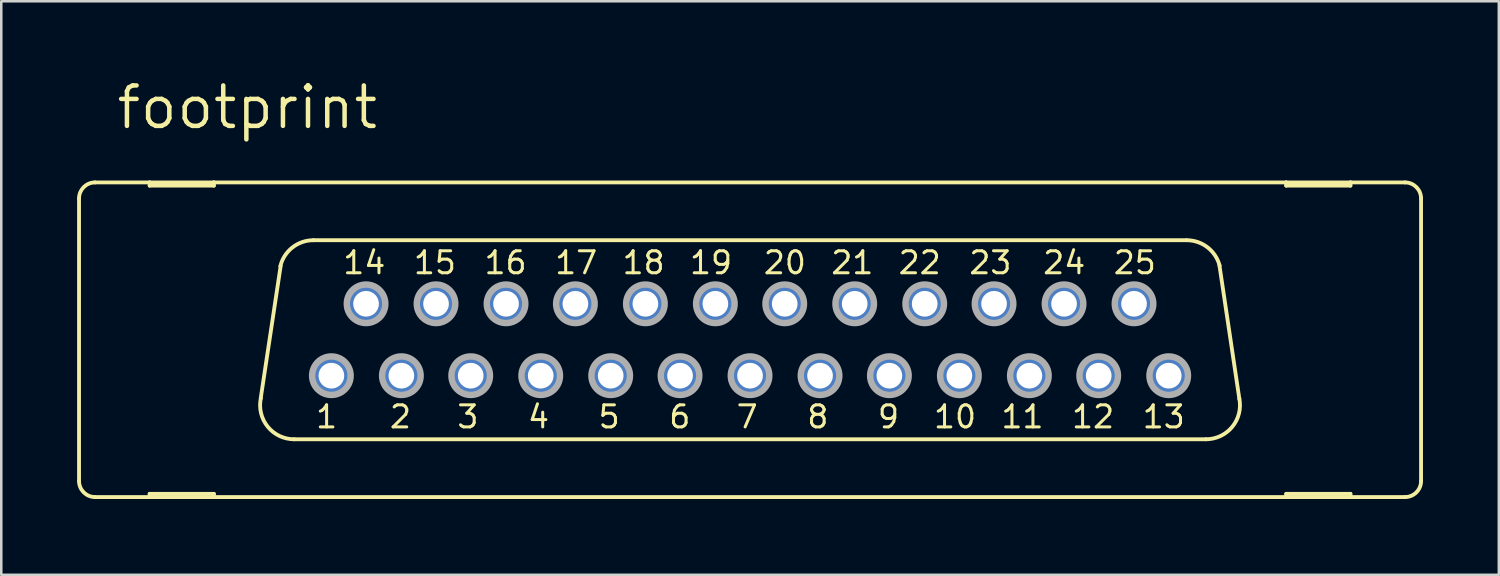
<source format=kicad_pcb>
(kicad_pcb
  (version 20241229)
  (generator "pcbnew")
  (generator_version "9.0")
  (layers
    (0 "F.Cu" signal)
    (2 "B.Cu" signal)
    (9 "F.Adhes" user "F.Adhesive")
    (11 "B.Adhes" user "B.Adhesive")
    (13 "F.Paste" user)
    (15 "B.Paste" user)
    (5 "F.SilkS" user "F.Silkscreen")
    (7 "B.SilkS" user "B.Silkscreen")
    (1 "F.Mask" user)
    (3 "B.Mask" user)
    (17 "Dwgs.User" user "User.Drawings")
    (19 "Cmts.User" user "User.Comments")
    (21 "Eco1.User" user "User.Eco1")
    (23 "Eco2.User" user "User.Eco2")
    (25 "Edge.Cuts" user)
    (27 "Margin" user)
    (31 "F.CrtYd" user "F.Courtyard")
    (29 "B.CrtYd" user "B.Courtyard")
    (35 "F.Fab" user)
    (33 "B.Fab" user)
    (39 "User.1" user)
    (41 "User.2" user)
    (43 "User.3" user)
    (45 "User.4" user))
  (footprint "footprint"
    (layer "F.Cu")
    (at 26.619 10.389)
    (property "Reference" "footprint" (at -25.146 -8.255 0) (layer "F.SilkS") (effects (font (size 1.6 1.6) (thickness 0.178)) (justify left bottom)))
    (fp_line (start -26.543 5.588) (end -26.543 -5.588) (stroke (width 0.152) (type solid)) (layer "F.SilkS"))
    (fp_line (start -25.908 6.223) (end -23.749 6.223) (stroke (width 0.152) (type solid)) (layer "F.SilkS"))
    (fp_line (start -23.749 -6.223) (end -25.908 -6.223) (stroke (width 0.152) (type solid)) (layer "F.SilkS"))
    (fp_line (start -23.749 -6.096) (end -23.749 -6.223) (stroke (width 0.152) (type solid)) (layer "F.SilkS"))
    (fp_line (start -23.749 6.096) (end -23.749 6.223) (stroke (width 0.152) (type solid)) (layer "F.SilkS"))
    (fp_line (start -23.749 6.223) (end -21.209 6.223) (stroke (width 0.152) (type solid)) (layer "F.SilkS"))
    (fp_line (start -21.209 -6.223) (end -23.749 -6.223) (stroke (width 0.152) (type solid)) (layer "F.SilkS"))
    (fp_line (start -21.209 -6.223) (end -21.209 -6.096) (stroke (width 0.152) (type solid)) (layer "F.SilkS"))
    (fp_line (start -21.209 -6.096) (end -23.749 -6.096) (stroke (width 0.152) (type solid)) (layer "F.SilkS"))
    (fp_line (start -21.209 6.096) (end -23.749 6.096) (stroke (width 0.152) (type solid)) (layer "F.SilkS"))
    (fp_line (start -21.209 6.223) (end -21.209 6.096) (stroke (width 0.152) (type solid)) (layer "F.SilkS"))
    (fp_line (start -21.209 6.223) (end 21.209 6.223) (stroke (width 0.152) (type solid)) (layer "F.SilkS"))
    (fp_line (start -19.355 2.311) (end -18.567 -2.921) (stroke (width 0.152) (type solid)) (layer "F.SilkS"))
    (fp_line (start 17.272 -3.937) (end -17.272 -3.937) (stroke (width 0.152) (type solid)) (layer "F.SilkS"))
    (fp_line (start 18.034 3.937) (end -18.034 3.937) (stroke (width 0.152) (type solid)) (layer "F.SilkS"))
    (fp_line (start 18.567 -2.946) (end 19.355 2.337) (stroke (width 0.152) (type solid)) (layer "F.SilkS"))
    (fp_line (start 21.209 -6.223) (end -21.209 -6.223) (stroke (width 0.152) (type solid)) (layer "F.SilkS"))
    (fp_line (start 21.209 -6.096) (end 21.209 -6.223) (stroke (width 0.152) (type solid)) (layer "F.SilkS"))
    (fp_line (start 21.209 6.096) (end 21.209 6.223) (stroke (width 0.152) (type solid)) (layer "F.SilkS"))
    (fp_line (start 21.209 6.223) (end 23.749 6.223) (stroke (width 0.152) (type solid)) (layer "F.SilkS"))
    (fp_line (start 23.749 -6.223) (end 21.209 -6.223) (stroke (width 0.152) (type solid)) (layer "F.SilkS"))
    (fp_line (start 23.749 -6.223) (end 23.749 -6.096) (stroke (width 0.152) (type solid)) (layer "F.SilkS"))
    (fp_line (start 23.749 -6.096) (end 21.209 -6.096) (stroke (width 0.152) (type solid)) (layer "F.SilkS"))
    (fp_line (start 23.749 6.096) (end 21.209 6.096) (stroke (width 0.152) (type solid)) (layer "F.SilkS"))
    (fp_line (start 23.749 6.223) (end 23.749 6.096) (stroke (width 0.152) (type solid)) (layer "F.SilkS"))
    (fp_line (start 23.749 6.223) (end 25.908 6.223) (stroke (width 0.152) (type solid)) (layer "F.SilkS"))
    (fp_line (start 25.908 -6.223) (end 23.749 -6.223) (stroke (width 0.152) (type solid)) (layer "F.SilkS"))
    (fp_line (start 26.543 5.588) (end 26.543 -5.588) (stroke (width 0.152) (type solid)) (layer "F.SilkS"))
    (fp_arc (start -26.543 -5.588) (mid -26.357013 -6.037013) (end -25.908 -6.223) (stroke (width 0.1524) (type solid)) (layer "F.SilkS"))
    (fp_arc (start -25.908 6.223) (mid -26.357013 6.037013) (end -26.543 5.588) (stroke (width 0.1524) (type solid)) (layer "F.SilkS"))
    (fp_arc (start -18.5807 -2.905) (mid -18.105255 -3.647874) (end -17.271999 -3.936999) (stroke (width 0.1524) (type solid)) (layer "F.SilkS"))
    (fp_arc (start -18.033998 3.937) (mid -19.082555 3.435185) (end -19.3495 2.3038) (stroke (width 0.1524) (type solid)) (layer "F.SilkS"))
    (fp_arc (start 17.272 -3.937) (mid 18.0955 -3.655745) (end 18.5749 -2.9295) (stroke (width 0.1524) (type solid)) (layer "F.SilkS"))
    (fp_arc (start 19.3541 2.3268) (mid 19.075082 3.444284) (end 18.034 3.937) (stroke (width 0.1524) (type solid)) (layer "F.SilkS"))
    (fp_arc (start 25.908 -6.223) (mid 26.357013 -6.037013) (end 26.543 -5.588) (stroke (width 0.1524) (type solid)) (layer "F.SilkS"))
    (fp_arc (start 26.543 5.588) (mid 26.357013 6.037013) (end 25.908 6.223) (stroke (width 0.1524) (type solid)) (layer "F.SilkS"))
    (fp_circle (center -16.561 1.422) (end -15.799 1.422) (stroke (width 0.254) (type solid)) (fill no) (layer "F.Fab"))
    (fp_circle (center -15.189 -1.422) (end -14.427 -1.422) (stroke (width 0.254) (type solid)) (fill no) (layer "F.Fab"))
    (fp_circle (center -13.792 1.422) (end -13.03 1.422) (stroke (width 0.254) (type solid)) (fill no) (layer "F.Fab"))
    (fp_circle (center -12.421 -1.422) (end -11.659 -1.422) (stroke (width 0.254) (type solid)) (fill no) (layer "F.Fab"))
    (fp_circle (center -11.049 1.422) (end -10.287 1.422) (stroke (width 0.254) (type solid)) (fill no) (layer "F.Fab"))
    (fp_circle (center -9.652 -1.422) (end -8.89 -1.422) (stroke (width 0.254) (type solid)) (fill no) (layer "F.Fab"))
    (fp_circle (center -8.28 1.422) (end -7.518 1.422) (stroke (width 0.254) (type solid)) (fill no) (layer "F.Fab"))
    (fp_circle (center -6.909 -1.422) (end -6.147 -1.422) (stroke (width 0.254) (type solid)) (fill no) (layer "F.Fab"))
    (fp_circle (center -5.512 1.422) (end -4.75 1.422) (stroke (width 0.254) (type solid)) (fill no) (layer "F.Fab"))
    (fp_circle (center -4.14 -1.422) (end -3.378 -1.422) (stroke (width 0.254) (type solid)) (fill no) (layer "F.Fab"))
    (fp_circle (center -2.769 1.422) (end -2.007 1.422) (stroke (width 0.254) (type solid)) (fill no) (layer "F.Fab"))
    (fp_circle (center -1.372 -1.422) (end -0.61 -1.422) (stroke (width 0.254) (type solid)) (fill no) (layer "F.Fab"))
    (fp_circle (center 0 1.422) (end 0.762 1.422) (stroke (width 0.254) (type solid)) (fill no) (layer "F.Fab"))
    (fp_circle (center 1.372 -1.422) (end 2.134 -1.422) (stroke (width 0.254) (type solid)) (fill no) (layer "F.Fab"))
    (fp_circle (center 2.769 1.422) (end 3.531 1.422) (stroke (width 0.254) (type solid)) (fill no) (layer "F.Fab"))
    (fp_circle (center 4.14 -1.422) (end 4.902 -1.422) (stroke (width 0.254) (type solid)) (fill no) (layer "F.Fab"))
    (fp_circle (center 5.512 1.422) (end 6.274 1.422) (stroke (width 0.254) (type solid)) (fill no) (layer "F.Fab"))
    (fp_circle (center 6.909 -1.422) (end 7.671 -1.422) (stroke (width 0.254) (type solid)) (fill no) (layer "F.Fab"))
    (fp_circle (center 8.28 1.422) (end 9.042 1.422) (stroke (width 0.254) (type solid)) (fill no) (layer "F.Fab"))
    (fp_circle (center 9.652 -1.422) (end 10.414 -1.422) (stroke (width 0.254) (type solid)) (fill no) (layer "F.Fab"))
    (fp_circle (center 11.049 1.422) (end 11.811 1.422) (stroke (width 0.254) (type solid)) (fill no) (layer "F.Fab"))
    (fp_circle (center 12.421 -1.422) (end 13.183 -1.422) (stroke (width 0.254) (type solid)) (fill no) (layer "F.Fab"))
    (fp_circle (center 13.792 1.422) (end 14.554 1.422) (stroke (width 0.254) (type solid)) (fill no) (layer "F.Fab"))
    (fp_circle (center 15.189 -1.422) (end 15.951 -1.422) (stroke (width 0.254) (type solid)) (fill no) (layer "F.Fab"))
    (fp_circle (center 16.561 1.422) (end 17.323 1.422) (stroke (width 0.254) (type solid)) (fill no) (layer "F.Fab"))
    (fp_text user "8" (at 3.175 2.54 0) (layer "F.SilkS") (effects (font (size 0.872 0.872) (thickness 0.119)) (justify right top)))
    (fp_text user "25" (at 16.129 -3.556 0) (layer "F.SilkS") (effects (font (size 0.872 0.872) (thickness 0.119)) (justify right top)))
    (fp_text user "19" (at -0.635 -3.556 0) (layer "F.SilkS") (effects (font (size 0.872 0.872) (thickness 0.119)) (justify right top)))
    (fp_text user "16" (at -8.763 -3.556 0) (layer "F.SilkS") (effects (font (size 0.872 0.872) (thickness 0.119)) (justify right top)))
    (fp_text user "17" (at -5.969 -3.556 0) (layer "F.SilkS") (effects (font (size 0.872 0.872) (thickness 0.119)) (justify right top)))
    (fp_text user "21" (at 4.953 -3.556 0) (layer "F.SilkS") (effects (font (size 0.872 0.872) (thickness 0.119)) (justify right top)))
    (fp_text user "14" (at -14.351 -3.556 0) (layer "F.SilkS") (effects (font (size 0.872 0.872) (thickness 0.119)) (justify right top)))
    (fp_text user "3" (at -10.668 2.54 0) (layer "F.SilkS") (effects (font (size 0.872 0.872) (thickness 0.119)) (justify right top)))
    (fp_text user "24" (at 13.335 -3.556 0) (layer "F.SilkS") (effects (font (size 0.872 0.872) (thickness 0.119)) (justify right top)))
    (fp_text user "11" (at 11.684 2.54 0) (layer "F.SilkS") (effects (font (size 0.872 0.872) (thickness 0.119)) (justify right top)))
    (fp_text user "1" (at -16.256 2.54 0) (layer "F.SilkS") (effects (font (size 0.872 0.872) (thickness 0.119)) (justify right top)))
    (fp_text user "10" (at 9.017 2.54 0) (layer "F.SilkS") (effects (font (size 0.872 0.872) (thickness 0.119)) (justify right top)))
    (fp_text user "20" (at 2.286 -3.556 0) (layer "F.SilkS") (effects (font (size 0.872 0.872) (thickness 0.119)) (justify right top)))
    (fp_text user "4" (at -7.874 2.54 0) (layer "F.SilkS") (effects (font (size 0.872 0.872) (thickness 0.119)) (justify right top)))
    (fp_text user "9" (at 5.969 2.54 0) (layer "F.SilkS") (effects (font (size 0.872 0.872) (thickness 0.119)) (justify right top)))
    (fp_text user "13" (at 17.272 2.54 0) (layer "F.SilkS") (effects (font (size 0.872 0.872) (thickness 0.119)) (justify right top)))
    (fp_text user "23" (at 10.414 -3.556 0) (layer "F.SilkS") (effects (font (size 0.872 0.872) (thickness 0.119)) (justify right top)))
    (fp_text user "6" (at -2.286 2.54 0) (layer "F.SilkS") (effects (font (size 0.872 0.872) (thickness 0.119)) (justify right top)))
    (fp_text user "15" (at -11.557 -3.556 0) (layer "F.SilkS") (effects (font (size 0.872 0.872) (thickness 0.119)) (justify right top)))
    (fp_text user "22" (at 7.62 -3.556 0) (layer "F.SilkS") (effects (font (size 0.872 0.872) (thickness 0.119)) (justify right top)))
    (fp_text user "18" (at -3.302 -3.556 0) (layer "F.SilkS") (effects (font (size 0.872 0.872) (thickness 0.119)) (justify right top)))
    (fp_text user "2" (at -13.335 2.54 0) (layer "F.SilkS") (effects (font (size 0.872 0.872) (thickness 0.119)) (justify right top)))
    (fp_text user "5" (at -5.08 2.54 0) (layer "F.SilkS") (effects (font (size 0.872 0.872) (thickness 0.119)) (justify right top)))
    (fp_text user "12" (at 14.478 2.54 0) (layer "F.SilkS") (effects (font (size 0.872 0.872) (thickness 0.119)) (justify right top)))
    (fp_text user "7" (at 0.381 2.54 0) (layer "F.SilkS") (effects (font (size 0.872 0.872) (thickness 0.119)) (justify right top)))
    (pad "1" thru_hole roundrect (at -16.561 1.422) (size 1.524 1.524) (drill 1.016) (layers "*.Cu" "*.Mask") (roundrect_rratio 0.25) (chamfer_ratio 0.25) (chamfer top_left top_right bottom_left bottom_right))
    (pad "2" thru_hole roundrect (at -13.792 1.422) (size 1.524 1.524) (drill 1.016) (layers "*.Cu" "*.Mask") (roundrect_rratio 0.25) (chamfer_ratio 0.25) (chamfer top_left top_right bottom_left bottom_right))
    (pad "3" thru_hole roundrect (at -11.049 1.422) (size 1.524 1.524) (drill 1.016) (layers "*.Cu" "*.Mask") (roundrect_rratio 0.25) (chamfer_ratio 0.25) (chamfer top_left top_right bottom_left bottom_right))
    (pad "4" thru_hole roundrect (at -8.28 1.422) (size 1.524 1.524) (drill 1.016) (layers "*.Cu" "*.Mask") (roundrect_rratio 0.25) (chamfer_ratio 0.25) (chamfer top_left top_right bottom_left bottom_right))
    (pad "5" thru_hole roundrect (at -5.512 1.422) (size 1.524 1.524) (drill 1.016) (layers "*.Cu" "*.Mask") (roundrect_rratio 0.25) (chamfer_ratio 0.25) (chamfer top_left top_right bottom_left bottom_right))
    (pad "6" thru_hole roundrect (at -2.769 1.422) (size 1.524 1.524) (drill 1.016) (layers "*.Cu" "*.Mask") (roundrect_rratio 0.25) (chamfer_ratio 0.25) (chamfer top_left top_right bottom_left bottom_right))
    (pad "7" thru_hole roundrect (at 0 1.422) (size 1.524 1.524) (drill 1.016) (layers "*.Cu" "*.Mask") (roundrect_rratio 0.25) (chamfer_ratio 0.25) (chamfer top_left top_right bottom_left bottom_right))
    (pad "8" thru_hole roundrect (at 2.769 1.422) (size 1.524 1.524) (drill 1.016) (layers "*.Cu" "*.Mask") (roundrect_rratio 0.25) (chamfer_ratio 0.25) (chamfer top_left top_right bottom_left bottom_right))
    (pad "9" thru_hole roundrect (at 5.512 1.422) (size 1.524 1.524) (drill 1.016) (layers "*.Cu" "*.Mask") (roundrect_rratio 0.25) (chamfer_ratio 0.25) (chamfer top_left top_right bottom_left bottom_right))
    (pad "10" thru_hole roundrect (at 8.28 1.422) (size 1.524 1.524) (drill 1.016) (layers "*.Cu" "*.Mask") (roundrect_rratio 0.25) (chamfer_ratio 0.25) (chamfer top_left top_right bottom_left bottom_right))
    (pad "11" thru_hole roundrect (at 11.049 1.422) (size 1.524 1.524) (drill 1.016) (layers "*.Cu" "*.Mask") (roundrect_rratio 0.25) (chamfer_ratio 0.25) (chamfer top_left top_right bottom_left bottom_right))
    (pad "12" thru_hole roundrect (at 13.792 1.422) (size 1.524 1.524) (drill 1.016) (layers "*.Cu" "*.Mask") (roundrect_rratio 0.25) (chamfer_ratio 0.25) (chamfer top_left top_right bottom_left bottom_right))
    (pad "13" thru_hole roundrect (at 16.561 1.422) (size 1.524 1.524) (drill 1.016) (layers "*.Cu" "*.Mask") (roundrect_rratio 0.25) (chamfer_ratio 0.25) (chamfer top_left top_right bottom_left bottom_right))
    (pad "14" thru_hole roundrect (at -15.189 -1.422) (size 1.524 1.524) (drill 1.016) (layers "*.Cu" "*.Mask") (roundrect_rratio 0.25) (chamfer_ratio 0.25) (chamfer top_left top_right bottom_left bottom_right))
    (pad "15" thru_hole roundrect (at -12.421 -1.422) (size 1.524 1.524) (drill 1.016) (layers "*.Cu" "*.Mask") (roundrect_rratio 0.25) (chamfer_ratio 0.25) (chamfer top_left top_right bottom_left bottom_right))
    (pad "16" thru_hole roundrect (at -9.652 -1.422) (size 1.524 1.524) (drill 1.016) (layers "*.Cu" "*.Mask") (roundrect_rratio 0.25) (chamfer_ratio 0.25) (chamfer top_left top_right bottom_left bottom_right))
    (pad "17" thru_hole roundrect (at -6.909 -1.422) (size 1.524 1.524) (drill 1.016) (layers "*.Cu" "*.Mask") (roundrect_rratio 0.25) (chamfer_ratio 0.25) (chamfer top_left top_right bottom_left bottom_right))
    (pad "18" thru_hole roundrect (at -4.14 -1.422) (size 1.524 1.524) (drill 1.016) (layers "*.Cu" "*.Mask") (roundrect_rratio 0.25) (chamfer_ratio 0.25) (chamfer top_left top_right bottom_left bottom_right))
    (pad "19" thru_hole roundrect (at -1.372 -1.422) (size 1.524 1.524) (drill 1.016) (layers "*.Cu" "*.Mask") (roundrect_rratio 0.25) (chamfer_ratio 0.25) (chamfer top_left top_right bottom_left bottom_right))
    (pad "20" thru_hole roundrect (at 1.372 -1.422) (size 1.524 1.524) (drill 1.016) (layers "*.Cu" "*.Mask") (roundrect_rratio 0.25) (chamfer_ratio 0.25) (chamfer top_left top_right bottom_left bottom_right))
    (pad "21" thru_hole roundrect (at 4.14 -1.422) (size 1.524 1.524) (drill 1.016) (layers "*.Cu" "*.Mask") (roundrect_rratio 0.25) (chamfer_ratio 0.25) (chamfer top_left top_right bottom_left bottom_right))
    (pad "22" thru_hole roundrect (at 6.909 -1.422) (size 1.524 1.524) (drill 1.016) (layers "*.Cu" "*.Mask") (roundrect_rratio 0.25) (chamfer_ratio 0.25) (chamfer top_left top_right bottom_left bottom_right))
    (pad "23" thru_hole roundrect (at 9.652 -1.422) (size 1.524 1.524) (drill 1.016) (layers "*.Cu" "*.Mask") (roundrect_rratio 0.25) (chamfer_ratio 0.25) (chamfer top_left top_right bottom_left bottom_right))
    (pad "24" thru_hole roundrect (at 12.421 -1.422) (size 1.524 1.524) (drill 1.016) (layers "*.Cu" "*.Mask") (roundrect_rratio 0.25) (chamfer_ratio 0.25) (chamfer top_left top_right bottom_left bottom_right))
    (pad "25" thru_hole roundrect (at 15.189 -1.422) (size 1.524 1.524) (drill 1.016) (layers "*.Cu" "*.Mask") (roundrect_rratio 0.25) (chamfer_ratio 0.25) (chamfer top_left top_right bottom_left bottom_right)))
  (gr_rect
    (start -3 -3)
    (end 56.238 19.688)
    (stroke (width 0.1) (type default))
    (fill no)
    (layer "Edge.Cuts")))
</source>
